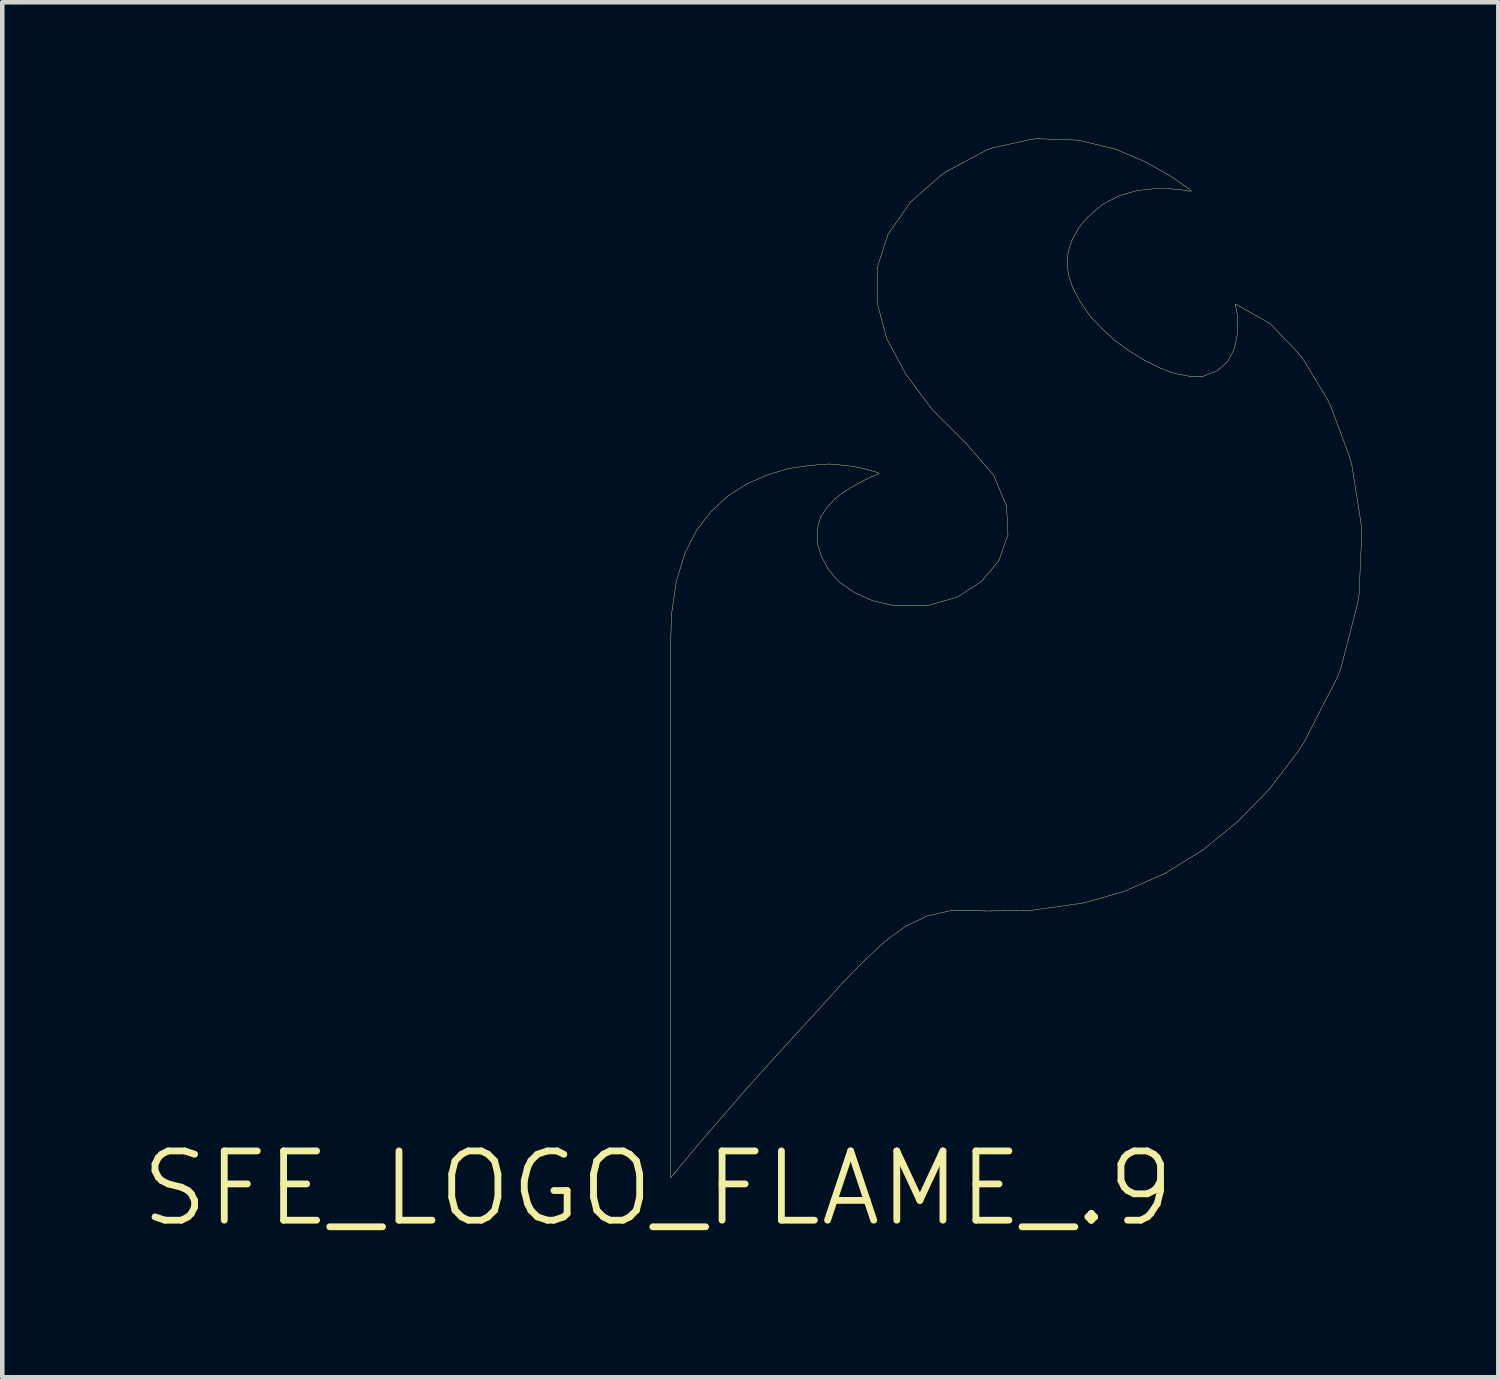
<source format=kicad_pcb>
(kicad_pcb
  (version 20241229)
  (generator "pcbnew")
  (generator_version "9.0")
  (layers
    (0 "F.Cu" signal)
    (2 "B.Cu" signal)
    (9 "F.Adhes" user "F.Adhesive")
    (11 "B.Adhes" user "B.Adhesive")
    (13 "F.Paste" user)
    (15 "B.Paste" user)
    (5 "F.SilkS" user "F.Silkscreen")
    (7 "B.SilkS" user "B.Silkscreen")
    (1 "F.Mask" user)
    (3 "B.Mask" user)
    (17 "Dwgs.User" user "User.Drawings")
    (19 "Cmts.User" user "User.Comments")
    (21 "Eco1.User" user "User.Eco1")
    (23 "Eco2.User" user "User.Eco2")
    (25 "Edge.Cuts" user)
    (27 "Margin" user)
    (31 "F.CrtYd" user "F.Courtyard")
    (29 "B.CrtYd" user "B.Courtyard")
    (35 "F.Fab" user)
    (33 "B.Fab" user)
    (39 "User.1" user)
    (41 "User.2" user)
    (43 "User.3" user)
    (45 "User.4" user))
  (footprint "SFE_LOGO_FLAME_.9"
    (layer "F.Cu")
    (at 11.43 23.113)
    (property "Reference" "SFE_LOGO_FLAME_.9" (at 0 0 0) (layer "F.SilkS") (effects (font (size 1.524 1.524) (thickness 0.15))))
    (attr exclude_from_pos_files exclude_from_bom)
    (fp_line (start 0.279 -11.768) (end 0.279 -0.239) (stroke (width 0.008) (type solid)) (layer "F.SilkS"))
    (fp_line (start 0.279 -0.239) (end 0.338 -0.3) (stroke (width 0.008) (type solid)) (layer "F.SilkS"))
    (fp_line (start 0.3 -12.629) (end 0.279 -11.768) (stroke (width 0.008) (type solid)) (layer "F.SilkS"))
    (fp_line (start 0.338 -0.3) (end 0.498 -0.498) (stroke (width 0.008) (type solid)) (layer "F.SilkS"))
    (fp_line (start 0.409 -13.368) (end 0.3 -12.629) (stroke (width 0.008) (type solid)) (layer "F.SilkS"))
    (fp_line (start 0.498 -0.498) (end 0.749 -0.798) (stroke (width 0.008) (type solid)) (layer "F.SilkS"))
    (fp_line (start 0.599 -13.988) (end 0.409 -13.368) (stroke (width 0.008) (type solid)) (layer "F.SilkS"))
    (fp_line (start 0.749 -0.798) (end 1.09 -1.199) (stroke (width 0.008) (type solid)) (layer "F.SilkS"))
    (fp_line (start 0.859 -14.498) (end 0.599 -13.988) (stroke (width 0.008) (type solid)) (layer "F.SilkS"))
    (fp_line (start 1.09 -1.199) (end 1.488 -1.659) (stroke (width 0.008) (type solid)) (layer "F.SilkS"))
    (fp_line (start 1.179 -14.91) (end 0.859 -14.498) (stroke (width 0.008) (type solid)) (layer "F.SilkS"))
    (fp_line (start 1.488 -1.659) (end 1.948 -2.189) (stroke (width 0.008) (type solid)) (layer "F.SilkS"))
    (fp_line (start 1.549 -15.248) (end 1.179 -14.91) (stroke (width 0.008) (type solid)) (layer "F.SilkS"))
    (fp_line (start 1.948 -2.189) (end 2.449 -2.748) (stroke (width 0.008) (type solid)) (layer "F.SilkS"))
    (fp_line (start 1.958 -15.509) (end 1.549 -15.248) (stroke (width 0.008) (type solid)) (layer "F.SilkS"))
    (fp_line (start 2.388 -15.7) (end 1.958 -15.509) (stroke (width 0.008) (type solid)) (layer "F.SilkS"))
    (fp_line (start 2.449 -2.748) (end 2.979 -3.33) (stroke (width 0.008) (type solid)) (layer "F.SilkS"))
    (fp_line (start 2.878 -15.85) (end 2.388 -15.7) (stroke (width 0.008) (type solid)) (layer "F.SilkS"))
    (fp_line (start 2.979 -3.33) (end 3.559 -3.96) (stroke (width 0.008) (type solid)) (layer "F.SilkS"))
    (fp_line (start 3.348 -15.918) (end 2.878 -15.85) (stroke (width 0.008) (type solid)) (layer "F.SilkS"))
    (fp_line (start 3.508 -14.519) (end 3.589 -14.788) (stroke (width 0.008) (type solid)) (layer "F.SilkS"))
    (fp_line (start 3.508 -14.219) (end 3.508 -14.519) (stroke (width 0.008) (type solid)) (layer "F.SilkS"))
    (fp_line (start 3.559 -3.96) (end 4.069 -4.529) (stroke (width 0.008) (type solid)) (layer "F.SilkS"))
    (fp_line (start 3.589 -14.788) (end 3.729 -14.999) (stroke (width 0.008) (type solid)) (layer "F.SilkS"))
    (fp_line (start 3.599 -13.919) (end 3.508 -14.219) (stroke (width 0.008) (type solid)) (layer "F.SilkS"))
    (fp_line (start 3.729 -14.999) (end 3.909 -15.189) (stroke (width 0.008) (type solid)) (layer "F.SilkS"))
    (fp_line (start 3.759 -13.619) (end 3.599 -13.919) (stroke (width 0.008) (type solid)) (layer "F.SilkS"))
    (fp_line (start 3.769 -15.949) (end 3.348 -15.918) (stroke (width 0.008) (type solid)) (layer "F.SilkS"))
    (fp_line (start 3.909 -15.189) (end 4.12 -15.349) (stroke (width 0.008) (type solid)) (layer "F.SilkS"))
    (fp_line (start 3.998 -13.348) (end 3.759 -13.619) (stroke (width 0.008) (type solid)) (layer "F.SilkS"))
    (fp_line (start 4.069 -4.529) (end 4.549 -5.019) (stroke (width 0.008) (type solid)) (layer "F.SilkS"))
    (fp_line (start 4.12 -15.349) (end 4.338 -15.479) (stroke (width 0.008) (type solid)) (layer "F.SilkS"))
    (fp_line (start 4.128 -15.918) (end 3.769 -15.949) (stroke (width 0.008) (type solid)) (layer "F.SilkS"))
    (fp_line (start 4.328 -13.119) (end 3.998 -13.348) (stroke (width 0.008) (type solid)) (layer "F.SilkS"))
    (fp_line (start 4.338 -15.479) (end 4.539 -15.588) (stroke (width 0.008) (type solid)) (layer "F.SilkS"))
    (fp_line (start 4.44 -15.87) (end 4.128 -15.918) (stroke (width 0.008) (type solid)) (layer "F.SilkS"))
    (fp_line (start 4.539 -15.588) (end 4.709 -15.669) (stroke (width 0.008) (type solid)) (layer "F.SilkS"))
    (fp_line (start 4.549 -5.019) (end 4.999 -5.438) (stroke (width 0.008) (type solid)) (layer "F.SilkS"))
    (fp_line (start 4.669 -15.809) (end 4.44 -15.87) (stroke (width 0.008) (type solid)) (layer "F.SilkS"))
    (fp_line (start 4.709 -15.669) (end 4.829 -15.718) (stroke (width 0.008) (type solid)) (layer "F.SilkS"))
    (fp_line (start 4.729 -12.939) (end 4.328 -13.119) (stroke (width 0.008) (type solid)) (layer "F.SilkS"))
    (fp_line (start 4.818 -15.768) (end 4.669 -15.809) (stroke (width 0.008) (type solid)) (layer "F.SilkS"))
    (fp_line (start 4.829 -20.269) (end 4.829 -19.5) (stroke (width 0.008) (type solid)) (layer "F.SilkS"))
    (fp_line (start 4.829 -19.5) (end 5.039 -18.71) (stroke (width 0.008) (type solid)) (layer "F.SilkS"))
    (fp_line (start 4.829 -15.718) (end 4.869 -15.738) (stroke (width 0.008) (type solid)) (layer "F.SilkS"))
    (fp_line (start 4.869 -15.738) (end 4.818 -15.768) (stroke (width 0.008) (type solid)) (layer "F.SilkS"))
    (fp_line (start 4.999 -5.438) (end 5.448 -5.768) (stroke (width 0.008) (type solid)) (layer "F.SilkS"))
    (fp_line (start 5.039 -18.71) (end 5.458 -17.93) (stroke (width 0.008) (type solid)) (layer "F.SilkS"))
    (fp_line (start 5.07 -21.008) (end 4.829 -20.269) (stroke (width 0.008) (type solid)) (layer "F.SilkS"))
    (fp_line (start 5.199 -12.83) (end 4.729 -12.939) (stroke (width 0.008) (type solid)) (layer "F.SilkS"))
    (fp_line (start 5.448 -5.768) (end 5.928 -5.999) (stroke (width 0.008) (type solid)) (layer "F.SilkS"))
    (fp_line (start 5.458 -17.93) (end 6.048 -17.14) (stroke (width 0.008) (type solid)) (layer "F.SilkS"))
    (fp_line (start 5.568 -21.72) (end 5.07 -21.008) (stroke (width 0.008) (type solid)) (layer "F.SilkS"))
    (fp_line (start 5.928 -12.83) (end 5.199 -12.83) (stroke (width 0.008) (type solid)) (layer "F.SilkS"))
    (fp_line (start 5.928 -5.999) (end 6.459 -6.119) (stroke (width 0.008) (type solid)) (layer "F.SilkS"))
    (fp_line (start 6.048 -17.14) (end 6.139 -17.048) (stroke (width 0.008) (type solid)) (layer "F.SilkS"))
    (fp_line (start 6.139 -17.048) (end 6.81 -16.378) (stroke (width 0.008) (type solid)) (layer "F.SilkS"))
    (fp_line (start 6.228 -22.299) (end 5.568 -21.72) (stroke (width 0.008) (type solid)) (layer "F.SilkS"))
    (fp_line (start 6.34 -22.38) (end 6.228 -22.299) (stroke (width 0.008) (type solid)) (layer "F.SilkS"))
    (fp_line (start 6.459 -6.119) (end 7.048 -6.119) (stroke (width 0.008) (type solid)) (layer "F.SilkS"))
    (fp_line (start 6.589 -13.018) (end 5.928 -12.83) (stroke (width 0.008) (type solid)) (layer "F.SilkS"))
    (fp_line (start 6.81 -16.378) (end 7.399 -15.69) (stroke (width 0.008) (type solid)) (layer "F.SilkS"))
    (fp_line (start 7.048 -6.119) (end 7.188 -6.109) (stroke (width 0.008) (type solid)) (layer "F.SilkS"))
    (fp_line (start 7.12 -13.358) (end 6.589 -13.018) (stroke (width 0.008) (type solid)) (layer "F.SilkS"))
    (fp_line (start 7.188 -6.109) (end 8.199 -6.119) (stroke (width 0.008) (type solid)) (layer "F.SilkS"))
    (fp_line (start 7.239 -22.86) (end 6.34 -22.38) (stroke (width 0.008) (type solid)) (layer "F.SilkS"))
    (fp_line (start 7.369 -22.908) (end 7.239 -22.86) (stroke (width 0.008) (type solid)) (layer "F.SilkS"))
    (fp_line (start 7.399 -15.69) (end 7.678 -15.019) (stroke (width 0.008) (type solid)) (layer "F.SilkS"))
    (fp_line (start 7.508 -13.818) (end 7.12 -13.358) (stroke (width 0.008) (type solid)) (layer "F.SilkS"))
    (fp_line (start 7.678 -15.019) (end 7.709 -14.389) (stroke (width 0.008) (type solid)) (layer "F.SilkS"))
    (fp_line (start 7.709 -14.389) (end 7.508 -13.818) (stroke (width 0.008) (type solid)) (layer "F.SilkS"))
    (fp_line (start 8.199 -6.119) (end 8.329 -6.139) (stroke (width 0.008) (type solid)) (layer "F.SilkS"))
    (fp_line (start 8.23 -23.099) (end 7.369 -22.908) (stroke (width 0.008) (type solid)) (layer "F.SilkS"))
    (fp_line (start 8.329 -6.139) (end 9.258 -6.269) (stroke (width 0.008) (type solid)) (layer "F.SilkS"))
    (fp_line (start 8.349 -23.109) (end 8.23 -23.099) (stroke (width 0.008) (type solid)) (layer "F.SilkS"))
    (fp_line (start 9.009 -20.389) (end 9.04 -20.648) (stroke (width 0.008) (type solid)) (layer "F.SilkS"))
    (fp_line (start 9.04 -20.648) (end 9.129 -20.899) (stroke (width 0.008) (type solid)) (layer "F.SilkS"))
    (fp_line (start 9.04 -20.109) (end 9.009 -20.389) (stroke (width 0.008) (type solid)) (layer "F.SilkS"))
    (fp_line (start 9.129 -20.899) (end 9.268 -21.148) (stroke (width 0.008) (type solid)) (layer "F.SilkS"))
    (fp_line (start 9.139 -19.82) (end 9.04 -20.109) (stroke (width 0.008) (type solid)) (layer "F.SilkS"))
    (fp_line (start 9.258 -23.078) (end 8.349 -23.109) (stroke (width 0.008) (type solid)) (layer "F.SilkS"))
    (fp_line (start 9.258 -6.269) (end 9.388 -6.289) (stroke (width 0.008) (type solid)) (layer "F.SilkS"))
    (fp_line (start 9.268 -21.148) (end 9.459 -21.379) (stroke (width 0.008) (type solid)) (layer "F.SilkS"))
    (fp_line (start 9.299 -19.52) (end 9.139 -19.82) (stroke (width 0.008) (type solid)) (layer "F.SilkS"))
    (fp_line (start 9.388 -6.289) (end 10.259 -6.538) (stroke (width 0.008) (type solid)) (layer "F.SilkS"))
    (fp_line (start 9.459 -21.379) (end 9.799 -21.669) (stroke (width 0.008) (type solid)) (layer "F.SilkS"))
    (fp_line (start 9.528 -19.19) (end 9.299 -19.52) (stroke (width 0.008) (type solid)) (layer "F.SilkS"))
    (fp_line (start 9.779 -18.928) (end 9.528 -19.19) (stroke (width 0.008) (type solid)) (layer "F.SilkS"))
    (fp_line (start 9.799 -21.669) (end 10.168 -21.859) (stroke (width 0.008) (type solid)) (layer "F.SilkS"))
    (fp_line (start 10.058 -18.669) (end 9.779 -18.928) (stroke (width 0.008) (type solid)) (layer "F.SilkS"))
    (fp_line (start 10.079 -22.878) (end 9.258 -23.078) (stroke (width 0.008) (type solid)) (layer "F.SilkS"))
    (fp_line (start 10.168 -21.859) (end 10.549 -21.968) (stroke (width 0.008) (type solid)) (layer "F.SilkS"))
    (fp_line (start 10.259 -6.538) (end 11.168 -6.939) (stroke (width 0.008) (type solid)) (layer "F.SilkS"))
    (fp_line (start 10.378 -18.438) (end 10.058 -18.669) (stroke (width 0.008) (type solid)) (layer "F.SilkS"))
    (fp_line (start 10.549 -21.968) (end 10.919 -22.009) (stroke (width 0.008) (type solid)) (layer "F.SilkS"))
    (fp_line (start 10.719 -18.23) (end 10.378 -18.438) (stroke (width 0.008) (type solid)) (layer "F.SilkS"))
    (fp_line (start 10.759 -22.588) (end 10.079 -22.878) (stroke (width 0.008) (type solid)) (layer "F.SilkS"))
    (fp_line (start 10.919 -22.009) (end 11.239 -22.009) (stroke (width 0.008) (type solid)) (layer "F.SilkS"))
    (fp_line (start 11.059 -18.059) (end 10.719 -18.23) (stroke (width 0.008) (type solid)) (layer "F.SilkS"))
    (fp_line (start 11.168 -6.939) (end 12.009 -7.46) (stroke (width 0.008) (type solid)) (layer "F.SilkS"))
    (fp_line (start 11.239 -22.009) (end 11.509 -21.989) (stroke (width 0.008) (type solid)) (layer "F.SilkS"))
    (fp_line (start 11.288 -22.288) (end 10.759 -22.588) (stroke (width 0.008) (type solid)) (layer "F.SilkS"))
    (fp_line (start 11.4 -17.937) (end 11.059 -18.059) (stroke (width 0.008) (type solid)) (layer "F.SilkS"))
    (fp_line (start 11.509 -21.989) (end 11.679 -21.958) (stroke (width 0.008) (type solid)) (layer "F.SilkS"))
    (fp_line (start 11.628 -22.05) (end 11.288 -22.288) (stroke (width 0.008) (type solid)) (layer "F.SilkS"))
    (fp_line (start 11.679 -21.958) (end 11.748 -21.958) (stroke (width 0.008) (type solid)) (layer "F.SilkS"))
    (fp_line (start 11.709 -17.879) (end 11.4 -17.937) (stroke (width 0.008) (type solid)) (layer "F.SilkS"))
    (fp_line (start 11.748 -21.958) (end 11.628 -22.05) (stroke (width 0.008) (type solid)) (layer "F.SilkS"))
    (fp_line (start 11.999 -17.879) (end 11.709 -17.879) (stroke (width 0.008) (type solid)) (layer "F.SilkS"))
    (fp_line (start 12.009 -7.46) (end 12.769 -8.08) (stroke (width 0.008) (type solid)) (layer "F.SilkS"))
    (fp_line (start 12.329 -18.009) (end 11.999 -17.879) (stroke (width 0.008) (type solid)) (layer "F.SilkS"))
    (fp_line (start 12.548 -18.209) (end 12.329 -18.009) (stroke (width 0.008) (type solid)) (layer "F.SilkS"))
    (fp_line (start 12.68 -18.458) (end 12.548 -18.209) (stroke (width 0.008) (type solid)) (layer "F.SilkS"))
    (fp_line (start 12.718 -19.469) (end 12.718 -19.449) (stroke (width 0.008) (type solid)) (layer "F.SilkS"))
    (fp_line (start 12.718 -19.449) (end 12.728 -19.388) (stroke (width 0.008) (type solid)) (layer "F.SilkS"))
    (fp_line (start 12.728 -19.388) (end 12.758 -19.228) (stroke (width 0.008) (type solid)) (layer "F.SilkS"))
    (fp_line (start 12.748 -18.738) (end 12.68 -18.458) (stroke (width 0.008) (type solid)) (layer "F.SilkS"))
    (fp_line (start 12.758 -19.228) (end 12.769 -18.999) (stroke (width 0.008) (type solid)) (layer "F.SilkS"))
    (fp_line (start 12.769 -18.999) (end 12.748 -18.738) (stroke (width 0.008) (type solid)) (layer "F.SilkS"))
    (fp_line (start 12.769 -8.08) (end 13.459 -8.788) (stroke (width 0.008) (type solid)) (layer "F.SilkS"))
    (fp_line (start 13.459 -8.788) (end 13.538 -8.89) (stroke (width 0.008) (type solid)) (layer "F.SilkS"))
    (fp_line (start 13.48 -19.04) (end 12.718 -19.469) (stroke (width 0.008) (type solid)) (layer "F.SilkS"))
    (fp_line (start 13.538 -8.89) (end 14.079 -9.599) (stroke (width 0.008) (type solid)) (layer "F.SilkS"))
    (fp_line (start 14.079 -9.599) (end 14.219 -9.809) (stroke (width 0.008) (type solid)) (layer "F.SilkS"))
    (fp_line (start 14.11 -18.379) (end 13.48 -19.04) (stroke (width 0.008) (type solid)) (layer "F.SilkS"))
    (fp_line (start 14.199 -18.268) (end 14.11 -18.379) (stroke (width 0.008) (type solid)) (layer "F.SilkS"))
    (fp_line (start 14.219 -9.809) (end 14.958 -11.25) (stroke (width 0.008) (type solid)) (layer "F.SilkS"))
    (fp_line (start 14.75 -17.358) (end 14.199 -18.268) (stroke (width 0.008) (type solid)) (layer "F.SilkS"))
    (fp_line (start 14.818 -17.209) (end 14.75 -17.358) (stroke (width 0.008) (type solid)) (layer "F.SilkS"))
    (fp_line (start 14.958 -11.25) (end 15.039 -11.458) (stroke (width 0.008) (type solid)) (layer "F.SilkS"))
    (fp_line (start 15.039 -11.458) (end 15.408 -12.888) (stroke (width 0.008) (type solid)) (layer "F.SilkS"))
    (fp_line (start 15.23 -16.099) (end 14.818 -17.209) (stroke (width 0.008) (type solid)) (layer "F.SilkS"))
    (fp_line (start 15.278 -15.928) (end 15.23 -16.099) (stroke (width 0.008) (type solid)) (layer "F.SilkS"))
    (fp_line (start 15.408 -12.888) (end 15.438 -13.089) (stroke (width 0.008) (type solid)) (layer "F.SilkS"))
    (fp_line (start 15.438 -13.089) (end 15.499 -14.468) (stroke (width 0.008) (type solid)) (layer "F.SilkS"))
    (fp_line (start 15.479 -14.658) (end 15.278 -15.928) (stroke (width 0.008) (type solid)) (layer "F.SilkS"))
    (fp_line (start 15.499 -14.468) (end 15.479 -14.658) (stroke (width 0.008) (type solid)) (layer "F.SilkS")))
  (gr_rect
    (start -3 -3)
    (end 29.933 27.268)
    (stroke (width 0.1) (type default))
    (fill no)
    (layer "Edge.Cuts")))
</source>
